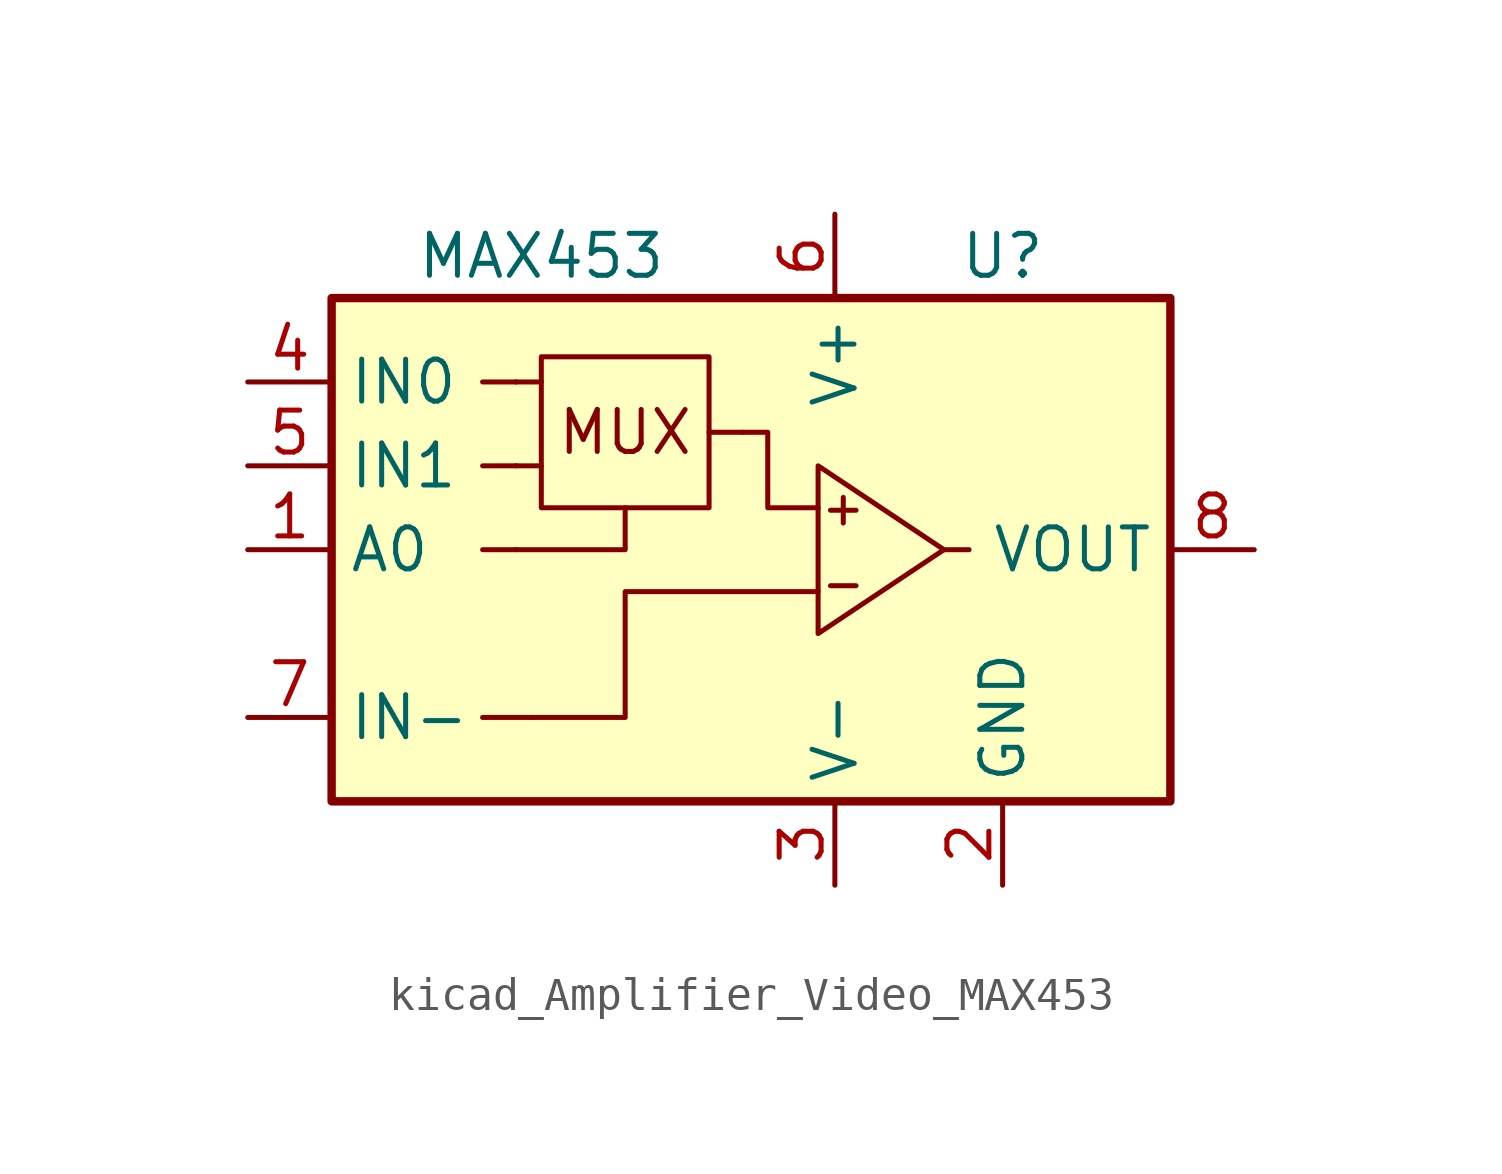
<source format=kicad_sym>
(kicad_symbol_lib
  (version 20220914)
  (generator kicad_symbol_editor)
  (symbol "kicad_Amplifier_Video_MAX453"
    (property "Reference" "U"
      (at 7.62 8.89 0)
      (effects (font (size 1.27 1.27))))
    (property "Value" "MAX453"
      (at -6.35 8.89 0)
      (effects (font (size 1.27 1.27))))
    (symbol "kicad_Amplifier_Video_MAX453_0_0"
      (rectangle (start -12.7 7.62) (end 12.7 -7.62) (stroke (width 0.254) (type default)) (fill (type background)))
      (rectangle (start -6.35 5.842) (end -1.27 1.27) (stroke (width 0) (type default)) (fill (type none)))
      (polyline (pts (xy -6.35 2.54) (xy -7.112 2.54)) (stroke (width 0) (type default)) (fill (type none)))
      (polyline (pts (xy -6.35 5.08) (xy -7.112 5.08)) (stroke (width 0) (type default)) (fill (type none)))
      (polyline (pts (xy -1.27 3.556) (xy -0.254 3.556)) (stroke (width 0) (type default)) (fill (type none)))
      (polyline (pts (xy -3.81 1.27) (xy -3.81 0) (xy -7.112 0)) (stroke (width 0) (type default)) (fill (type none)))
      (polyline (pts (xy 2.032 1.27) (xy 0.508 1.27) (xy 0.508 3.556) (xy -0.254 3.556)) (stroke (width 0) (type default)) (fill (type none)))
      (polyline (pts (xy 5.842 0) (xy 2.032 2.54) (xy 2.032 -2.54) (xy 5.842 0)) (stroke (width 0) (type default)) (fill (type none)))
      (polyline (pts (xy 2.032 -1.27) (xy 0.508 -1.27) (xy -3.81 -1.27) (xy -3.81 -5.08) (xy -6.604 -5.08)) (stroke (width 0) (type default)) (fill (type none)))
      (text "+" (at 2.794 1.27 0) (effects (font (size 1.016 1.016))))
      (text "-" (at 2.794 -1.016 0) (effects (font (size 1.016 1.016))))
      (text "MUX" (at -3.81 3.556 0) (effects (font (size 1.27 1.27)))))
    (symbol "kicad_Amplifier_Video_MAX453_0_1"
      (polyline (pts (xy -8.128 2.54) (xy -7.112 2.54)) (stroke (width 0) (type default)) (fill (type none)))
      (polyline (pts (xy -7.112 0) (xy -8.128 0)) (stroke (width 0) (type default)) (fill (type none)))
      (polyline (pts (xy -7.112 5.08) (xy -8.128 5.08)) (stroke (width 0) (type default)) (fill (type none)))
      (polyline (pts (xy -6.604 -5.08) (xy -8.128 -5.08)) (stroke (width 0) (type default)) (fill (type none)))
      (polyline (pts (xy 5.842 0) (xy 6.604 0)) (stroke (width 0) (type default)) (fill (type none))))
    (symbol "kicad_Amplifier_Video_MAX453_1_1"
      (pin input line (at -15.24 0 0) (length 2.54) (name "A0" (effects (font (size 1.27 1.27)))) (number "1" (effects (font (size 1.27 1.27)))))
      (pin power_in line (at 7.62 -10.16 90) (length 2.54) (name "GND" (effects (font (size 1.27 1.27)))) (number "2" (effects (font (size 1.27 1.27)))))
      (pin power_in line (at 2.54 -10.16 90) (length 2.54) (name "V-" (effects (font (size 1.27 1.27)))) (number "3" (effects (font (size 1.27 1.27)))))
      (pin input line (at -15.24 5.08 0) (length 2.54) (name "IN0" (effects (font (size 1.27 1.27)))) (number "4" (effects (font (size 1.27 1.27)))))
      (pin input line (at -15.24 2.54 0) (length 2.54) (name "IN1" (effects (font (size 1.27 1.27)))) (number "5" (effects (font (size 1.27 1.27)))))
      (pin power_in line (at 2.54 10.16 270) (length 2.54) (name "V+" (effects (font (size 1.27 1.27)))) (number "6" (effects (font (size 1.27 1.27)))))
      (pin input line (at -15.24 -5.08 0) (length 2.54) (name "IN-" (effects (font (size 1.27 1.27)))) (number "7" (effects (font (size 1.27 1.27)))))
      (pin output line (at 15.24 0 180) (length 2.54) (name "VOUT" (effects (font (size 1.27 1.27)))) (number "8" (effects (font (size 1.27 1.27))))))))
</source>
